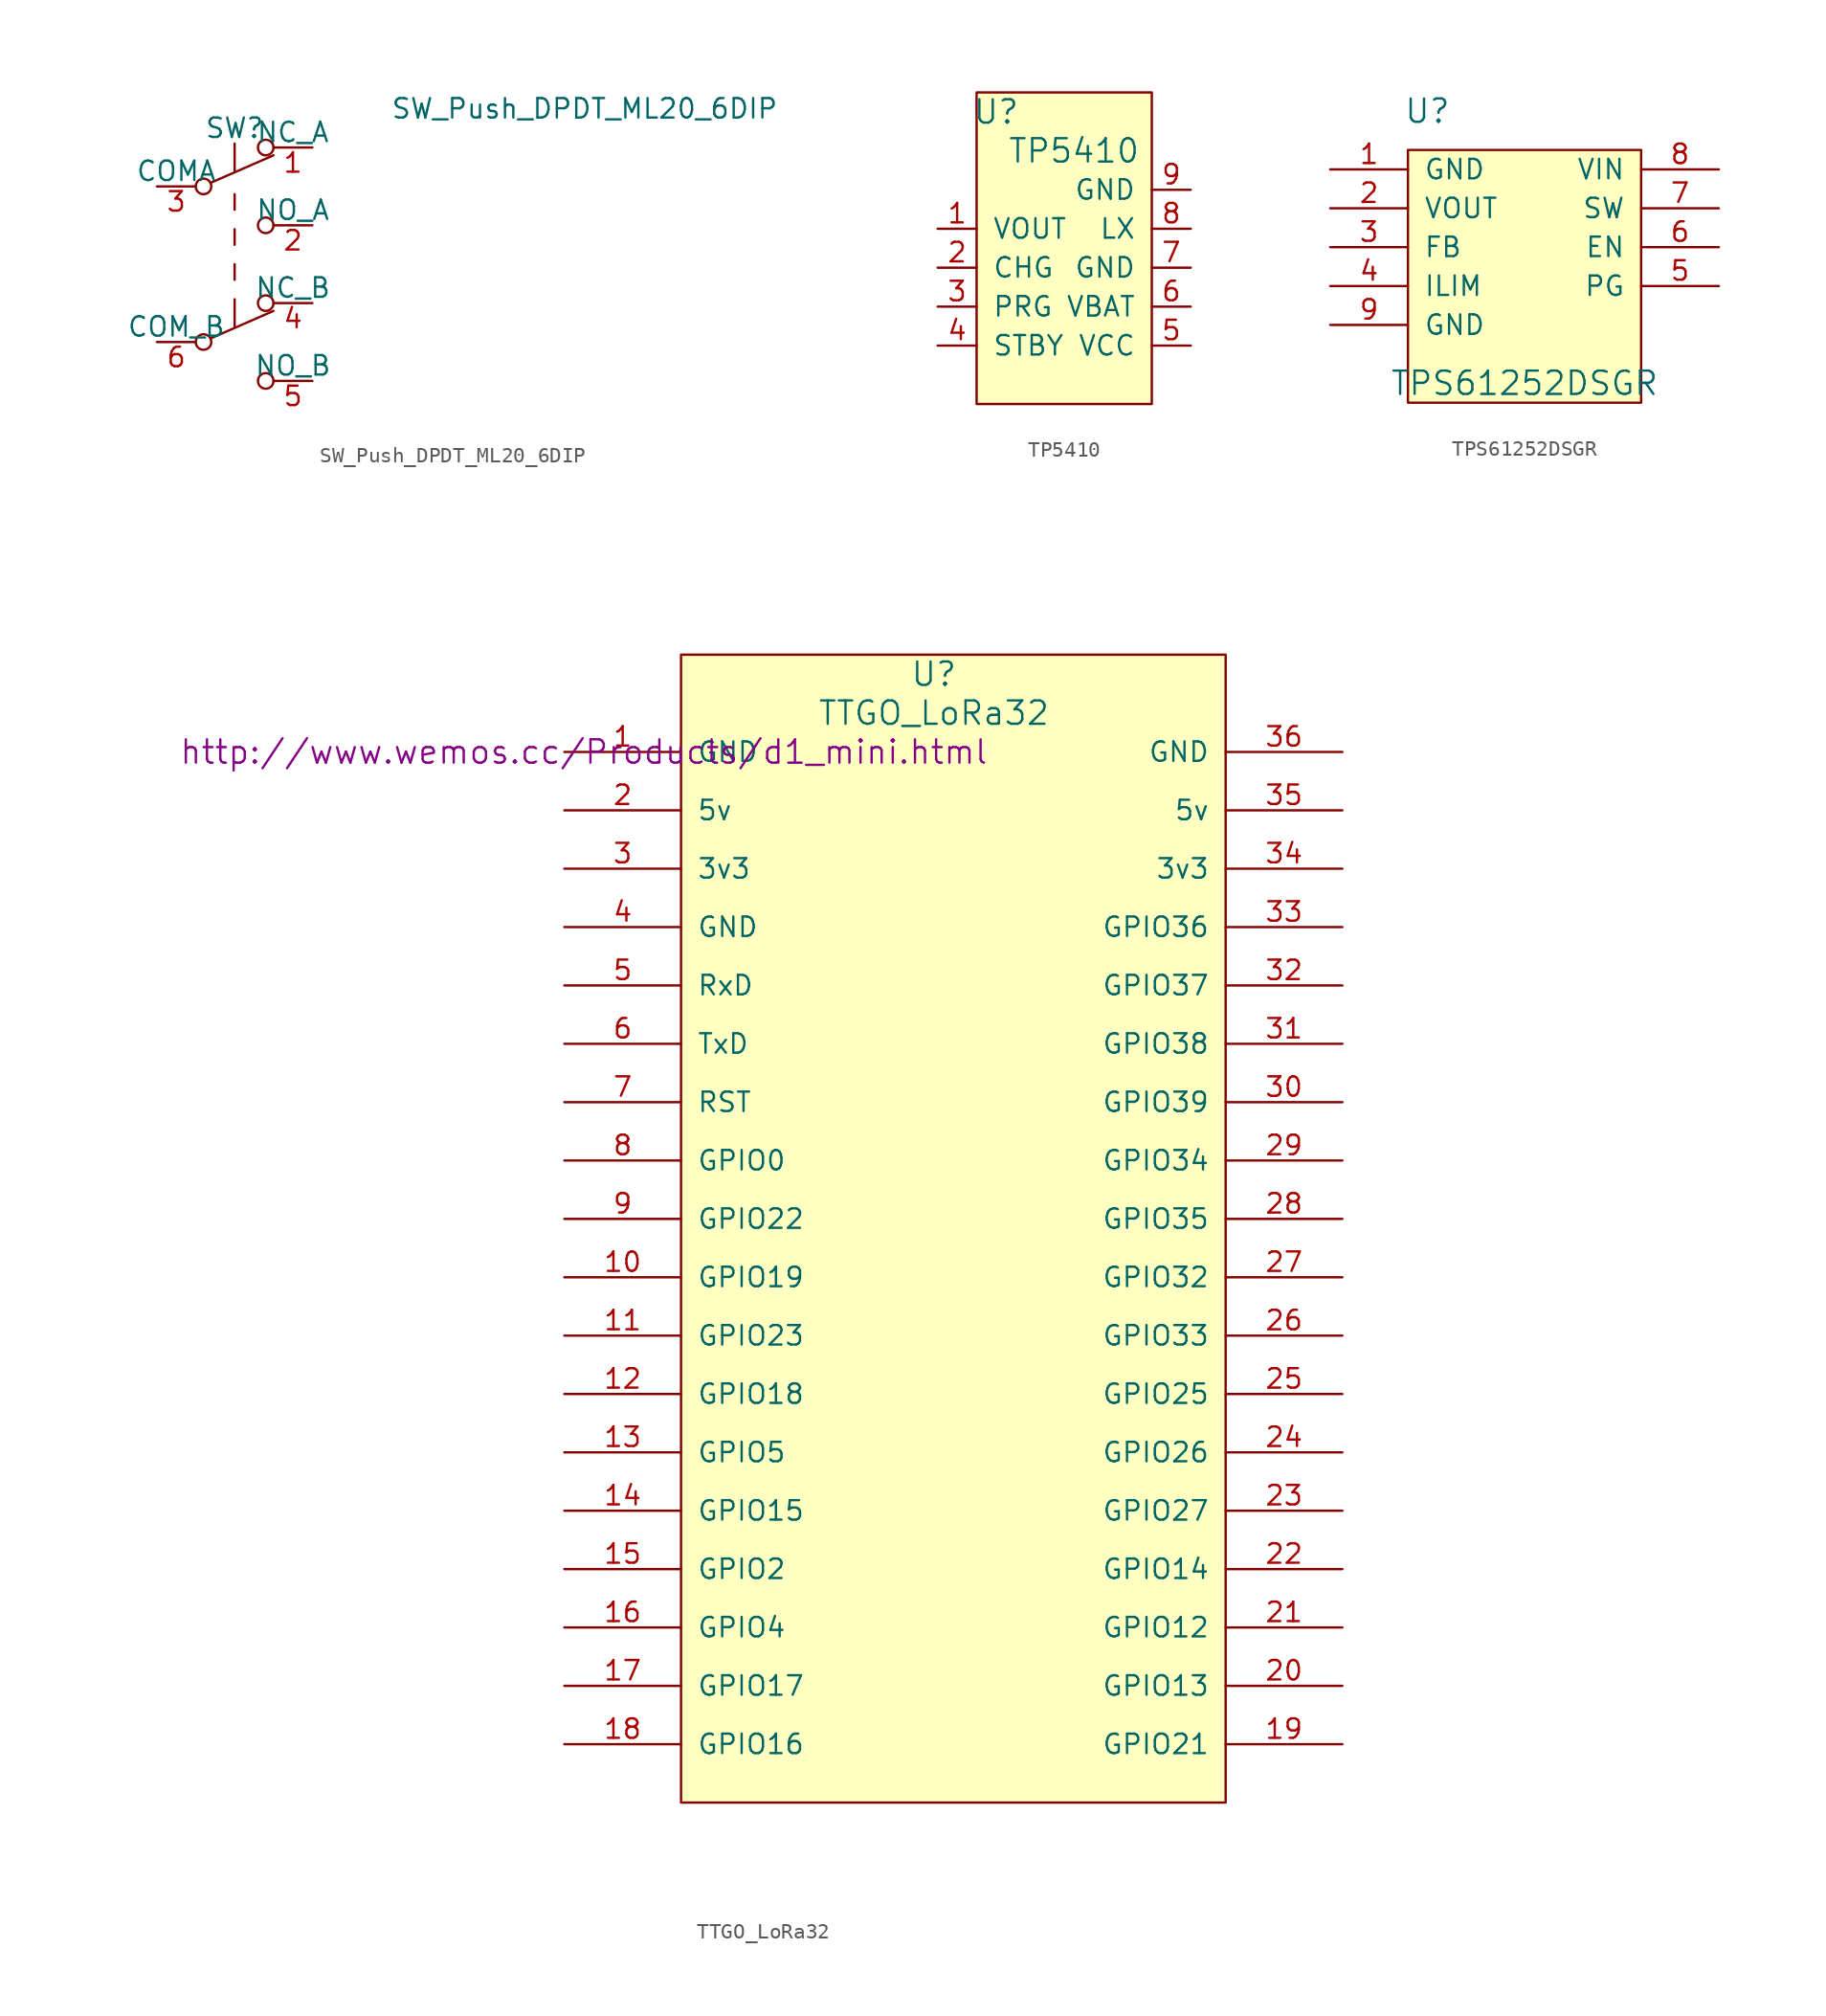
<source format=kicad_sym>
(kicad_symbol_lib
  (version 20231120)
  (generator "kicad_symbol_editor")
  (generator_version "8.0")
  (symbol "SW_Push_DPDT_ML20_6DIP"
    (pin_names
      (offset 0))
    (property "Reference" "SW"
      (at 0 8.89 0)
      (effects (font (size 1.27 1.27))))
    (property "Value" "SW_Push_DPDT_ML20_6DIP"
      (at 22.86 10.16 0)
      (effects (font (size 1.27 1.27))))
    (symbol "SW_Push_DPDT_ML20_6DIP_0_0"
      (circle (center -2.032 -5.08) (radius 0.508) (stroke (width 0) (type default)) (fill (type none)))
      (circle (center -2.032 5.08) (radius 0.508) (stroke (width 0) (type default)) (fill (type none)))
      (circle (center 2.032 -7.62) (radius 0.508) (stroke (width 0) (type default)) (fill (type none)))
      (circle (center 2.032 2.54) (radius 0.508) (stroke (width 0) (type default)) (fill (type none))))
    (symbol "SW_Push_DPDT_ML20_6DIP_0_1"
      (polyline (pts (xy -1.524 -4.826) (xy 2.54 -3.048)) (stroke (width 0) (type default)) (fill (type none)))
      (polyline (pts (xy -1.524 5.334) (xy 2.54 7.112)) (stroke (width 0) (type default)) (fill (type none)))
      (polyline (pts (xy 0 -2.286) (xy 0 -4.064)) (stroke (width 0) (type default)) (fill (type none)))
      (polyline (pts (xy 0 -1.016) (xy 0 0)) (stroke (width 0) (type default)) (fill (type none)))
      (polyline (pts (xy 0 1.27) (xy 0 2.286)) (stroke (width 0) (type default)) (fill (type none)))
      (polyline (pts (xy 0 3.556) (xy 0 4.572)) (stroke (width 0) (type default)) (fill (type none)))
      (polyline (pts (xy 0 7.874) (xy 0 6.096)) (stroke (width 0) (type default)) (fill (type none)))
      (circle (center 2.032 -2.54) (radius 0.508) (stroke (width 0) (type default)) (fill (type none)))
      (circle (center 2.032 7.62) (radius 0.508) (stroke (width 0) (type default)) (fill (type none))))
    (symbol "SW_Push_DPDT_ML20_6DIP_1_1"
      (pin passive line (at 5.08 7.62 180) (length 2.54) (name "NC_A" (effects (font (size 1.27 1.27)))) (number "1" (effects (font (size 1.27 1.27)))))
      (pin passive line (at 5.08 2.54 180) (length 2.54) (name "NO_A" (effects (font (size 1.27 1.27)))) (number "2" (effects (font (size 1.27 1.27)))))
      (pin passive line (at -5.08 5.08 0) (length 2.54) (name "COMA" (effects (font (size 1.27 1.27)))) (number "3" (effects (font (size 1.27 1.27)))))
      (pin passive line (at 5.08 -2.54 180) (length 2.54) (name "NC_B" (effects (font (size 1.27 1.27)))) (number "4" (effects (font (size 1.27 1.27)))))
      (pin passive line (at 5.08 -7.62 180) (length 2.54) (name "NO_B" (effects (font (size 1.27 1.27)))) (number "5" (effects (font (size 1.27 1.27)))))
      (pin passive line (at -5.08 -5.08 0) (length 2.54) (name "COM_B" (effects (font (size 1.27 1.27)))) (number "6" (effects (font (size 1.27 1.27)))))))
  (symbol "TP5410"
    (pin_names
      (offset 1.016))
    (property "Reference" "U"
      (at 2.54 10.16 0)
      (effects (font (size 1.524 1.524))))
    (property "Value" "TP5410"
      (at 7.62 7.62 0)
      (effects (font (size 1.524 1.524))))
    (symbol "TP5410_0_1"
      (rectangle (start 1.27 11.43) (end 12.7 -8.89) (stroke (width 0) (type default)) (fill (type background))))
    (symbol "TP5410_1_1"
      (pin power_out line (at -1.27 2.54 0) (length 2.54) (name "VOUT" (effects (font (size 1.27 1.27)))) (number "1" (effects (font (size 1.27 1.27)))))
      (pin input line (at -1.27 0 0) (length 2.54) (name "CHG" (effects (font (size 1.27 1.27)))) (number "2" (effects (font (size 1.27 1.27)))))
      (pin input line (at -1.27 -2.54 0) (length 2.54) (name "PRG" (effects (font (size 1.27 1.27)))) (number "3" (effects (font (size 1.27 1.27)))))
      (pin input line (at -1.27 -5.08 0) (length 2.54) (name "STBY" (effects (font (size 1.27 1.27)))) (number "4" (effects (font (size 1.27 1.27)))))
      (pin power_in line (at 15.24 -5.08 180) (length 2.54) (name "VCC" (effects (font (size 1.27 1.27)))) (number "5" (effects (font (size 1.27 1.27)))))
      (pin input line (at 15.24 -2.54 180) (length 2.54) (name "VBAT" (effects (font (size 1.27 1.27)))) (number "6" (effects (font (size 1.27 1.27)))))
      (pin power_in line (at 15.24 0 180) (length 2.54) (name "GND" (effects (font (size 1.27 1.27)))) (number "7" (effects (font (size 1.27 1.27)))))
      (pin input line (at 15.24 2.54 180) (length 2.54) (name "LX" (effects (font (size 1.27 1.27)))) (number "8" (effects (font (size 1.27 1.27)))))
      (pin power_in line (at 15.24 5.08 180) (length 2.54) (name "GND" (effects (font (size 1.27 1.27)))) (number "9" (effects (font (size 1.27 1.27)))))))
  (symbol "TPS61252DSGR"
    (pin_names
      (offset 1.016))
    (property "Reference" "U"
      (at 1.27 19.05 0)
      (effects (font (size 1.524 1.524))))
    (property "Value" "TPS61252DSGR"
      (at 7.62 1.27 0)
      (effects (font (size 1.524 1.524))))
    (symbol "TPS61252DSGR_0_1"
      (rectangle (start 15.24 16.51) (end 0 0) (stroke (width 0) (type default)) (fill (type background))))
    (symbol "TPS61252DSGR_1_1"
      (pin input line (at -5.08 15.24 0) (length 5.08) (name "GND" (effects (font (size 1.27 1.27)))) (number "1" (effects (font (size 1.27 1.27)))))
      (pin input line (at -5.08 12.7 0) (length 5.08) (name "VOUT" (effects (font (size 1.27 1.27)))) (number "2" (effects (font (size 1.27 1.27)))))
      (pin input line (at -5.08 10.16 0) (length 5.08) (name "FB" (effects (font (size 1.27 1.27)))) (number "3" (effects (font (size 1.27 1.27)))))
      (pin input line (at -5.08 7.62 0) (length 5.08) (name "ILIM" (effects (font (size 1.27 1.27)))) (number "4" (effects (font (size 1.27 1.27)))))
      (pin input line (at 20.32 7.62 180) (length 5.08) (name "PG" (effects (font (size 1.27 1.27)))) (number "5" (effects (font (size 1.27 1.27)))))
      (pin input line (at 20.32 10.16 180) (length 5.08) (name "EN" (effects (font (size 1.27 1.27)))) (number "6" (effects (font (size 1.27 1.27)))))
      (pin input line (at 20.32 12.7 180) (length 5.08) (name "SW" (effects (font (size 1.27 1.27)))) (number "7" (effects (font (size 1.27 1.27)))))
      (pin input line (at 20.32 15.24 180) (length 5.08) (name "VIN" (effects (font (size 1.27 1.27)))) (number "8" (effects (font (size 1.27 1.27)))))
      (pin input line (at -5.08 5.08 0) (length 5.08) (name "GND" (effects (font (size 1.27 1.27)))) (number "9" (effects (font (size 1.27 1.27)))))))
  (symbol "TTGO_LoRa32"
    (pin_names
      (offset 1.016))
    (property "Reference" "U"
      (at 11.43 -26.67 0)
      (effects (font (size 1.524 1.524))))
    (property "Value" "TTGO_LoRa32"
      (at 11.43 -29.21 0)
      (effects (font (size 1.524 1.524))))
    (property "Footprint" ""
      (at -11.43 -31.75 0)
      (effects (font (size 1.524 1.524))))
    (property "Datasheet" "http://www.wemos.cc/Products/d1_mini.html"
      (at -11.43 -31.75 0)
      (effects (font (size 1.524 1.524))))
    (symbol "TTGO_LoRa32_0_1"
      (rectangle (start 30.48 -100.33) (end -5.08 -25.4) (stroke (width 0) (type default)) (fill (type background))))
    (symbol "TTGO_LoRa32_1_1"
      (pin power_in line (at -12.7 -31.75 0) (length 7.62) (name "GND" (effects (font (size 1.27 1.27)))) (number "1" (effects (font (size 1.27 1.27)))))
      (pin bidirectional line (at -12.7 -66.04 0) (length 7.62) (name "GPIO19" (effects (font (size 1.27 1.27)))) (number "10" (effects (font (size 1.27 1.27)))))
      (pin bidirectional line (at -12.7 -69.85 0) (length 7.62) (name "GPIO23" (effects (font (size 1.27 1.27)))) (number "11" (effects (font (size 1.27 1.27)))))
      (pin bidirectional line (at -12.7 -73.66 0) (length 7.62) (name "GPIO18" (effects (font (size 1.27 1.27)))) (number "12" (effects (font (size 1.27 1.27)))))
      (pin bidirectional line (at -12.7 -77.47 0) (length 7.62) (name "GPIO5" (effects (font (size 1.27 1.27)))) (number "13" (effects (font (size 1.27 1.27)))))
      (pin bidirectional line (at -12.7 -81.28 0) (length 7.62) (name "GPIO15" (effects (font (size 1.27 1.27)))) (number "14" (effects (font (size 1.27 1.27)))))
      (pin bidirectional line (at -12.7 -85.09 0) (length 7.62) (name "GPIO2" (effects (font (size 1.27 1.27)))) (number "15" (effects (font (size 1.27 1.27)))))
      (pin bidirectional line (at -12.7 -88.9 0) (length 7.62) (name "GPIO4" (effects (font (size 1.27 1.27)))) (number "16" (effects (font (size 1.27 1.27)))))
      (pin bidirectional line (at -12.7 -92.71 0) (length 7.62) (name "GPIO17" (effects (font (size 1.27 1.27)))) (number "17" (effects (font (size 1.27 1.27)))))
      (pin bidirectional line (at -12.7 -96.52 0) (length 7.62) (name "GPIO16" (effects (font (size 1.27 1.27)))) (number "18" (effects (font (size 1.27 1.27)))))
      (pin bidirectional line (at 38.1 -96.52 180) (length 7.62) (name "GPIO21" (effects (font (size 1.27 1.27)))) (number "19" (effects (font (size 1.27 1.27)))))
      (pin power_in line (at -12.7 -35.56 0) (length 7.62) (name "5v" (effects (font (size 1.27 1.27)))) (number "2" (effects (font (size 1.27 1.27)))))
      (pin bidirectional line (at 38.1 -92.71 180) (length 7.62) (name "GPIO13" (effects (font (size 1.27 1.27)))) (number "20" (effects (font (size 1.27 1.27)))))
      (pin bidirectional line (at 38.1 -88.9 180) (length 7.62) (name "GPIO12" (effects (font (size 1.27 1.27)))) (number "21" (effects (font (size 1.27 1.27)))))
      (pin bidirectional line (at 38.1 -85.09 180) (length 7.62) (name "GPIO14" (effects (font (size 1.27 1.27)))) (number "22" (effects (font (size 1.27 1.27)))))
      (pin bidirectional line (at 38.1 -81.28 180) (length 7.62) (name "GPIO27" (effects (font (size 1.27 1.27)))) (number "23" (effects (font (size 1.27 1.27)))))
      (pin bidirectional line (at 38.1 -77.47 180) (length 7.62) (name "GPIO26" (effects (font (size 1.27 1.27)))) (number "24" (effects (font (size 1.27 1.27)))))
      (pin bidirectional line (at 38.1 -73.66 180) (length 7.62) (name "GPIO25" (effects (font (size 1.27 1.27)))) (number "25" (effects (font (size 1.27 1.27)))))
      (pin bidirectional line (at 38.1 -69.85 180) (length 7.62) (name "GPIO33" (effects (font (size 1.27 1.27)))) (number "26" (effects (font (size 1.27 1.27)))))
      (pin bidirectional line (at 38.1 -66.04 180) (length 7.62) (name "GPIO32" (effects (font (size 1.27 1.27)))) (number "27" (effects (font (size 1.27 1.27)))))
      (pin bidirectional line (at 38.1 -62.23 180) (length 7.62) (name "GPIO35" (effects (font (size 1.27 1.27)))) (number "28" (effects (font (size 1.27 1.27)))))
      (pin bidirectional line (at 38.1 -58.42 180) (length 7.62) (name "GPIO34" (effects (font (size 1.27 1.27)))) (number "29" (effects (font (size 1.27 1.27)))))
      (pin bidirectional line (at -12.7 -39.37 0) (length 7.62) (name "3v3" (effects (font (size 1.27 1.27)))) (number "3" (effects (font (size 1.27 1.27)))))
      (pin power_in line (at 38.1 -54.61 180) (length 7.62) (name "GPIO39" (effects (font (size 1.27 1.27)))) (number "30" (effects (font (size 1.27 1.27)))))
      (pin bidirectional line (at 38.1 -50.8 180) (length 7.62) (name "GPIO38" (effects (font (size 1.27 1.27)))) (number "31" (effects (font (size 1.27 1.27)))))
      (pin bidirectional line (at 38.1 -46.99 180) (length 7.62) (name "GPIO37" (effects (font (size 1.27 1.27)))) (number "32" (effects (font (size 1.27 1.27)))))
      (pin bidirectional line (at 38.1 -43.18 180) (length 7.62) (name "GPIO36" (effects (font (size 1.27 1.27)))) (number "33" (effects (font (size 1.27 1.27)))))
      (pin power_in line (at 38.1 -39.37 180) (length 7.62) (name "3v3" (effects (font (size 1.27 1.27)))) (number "34" (effects (font (size 1.27 1.27)))))
      (pin power_in line (at 38.1 -35.56 180) (length 7.62) (name "5v" (effects (font (size 1.27 1.27)))) (number "35" (effects (font (size 1.27 1.27)))))
      (pin power_in line (at 38.1 -31.75 180) (length 7.62) (name "GND" (effects (font (size 1.27 1.27)))) (number "36" (effects (font (size 1.27 1.27)))))
      (pin bidirectional line (at -12.7 -43.18 0) (length 7.62) (name "GND" (effects (font (size 1.27 1.27)))) (number "4" (effects (font (size 1.27 1.27)))))
      (pin bidirectional line (at -12.7 -46.99 0) (length 7.62) (name "RxD" (effects (font (size 1.27 1.27)))) (number "5" (effects (font (size 1.27 1.27)))))
      (pin bidirectional line (at -12.7 -50.8 0) (length 7.62) (name "TxD" (effects (font (size 1.27 1.27)))) (number "6" (effects (font (size 1.27 1.27)))))
      (pin bidirectional line (at -12.7 -54.61 0) (length 7.62) (name "RST" (effects (font (size 1.27 1.27)))) (number "7" (effects (font (size 1.27 1.27)))))
      (pin bidirectional line (at -12.7 -58.42 0) (length 7.62) (name "GPIO0" (effects (font (size 1.27 1.27)))) (number "8" (effects (font (size 1.27 1.27)))))
      (pin bidirectional line (at -12.7 -62.23 0) (length 7.62) (name "GPIO22" (effects (font (size 1.27 1.27)))) (number "9" (effects (font (size 1.27 1.27))))))))
</source>
